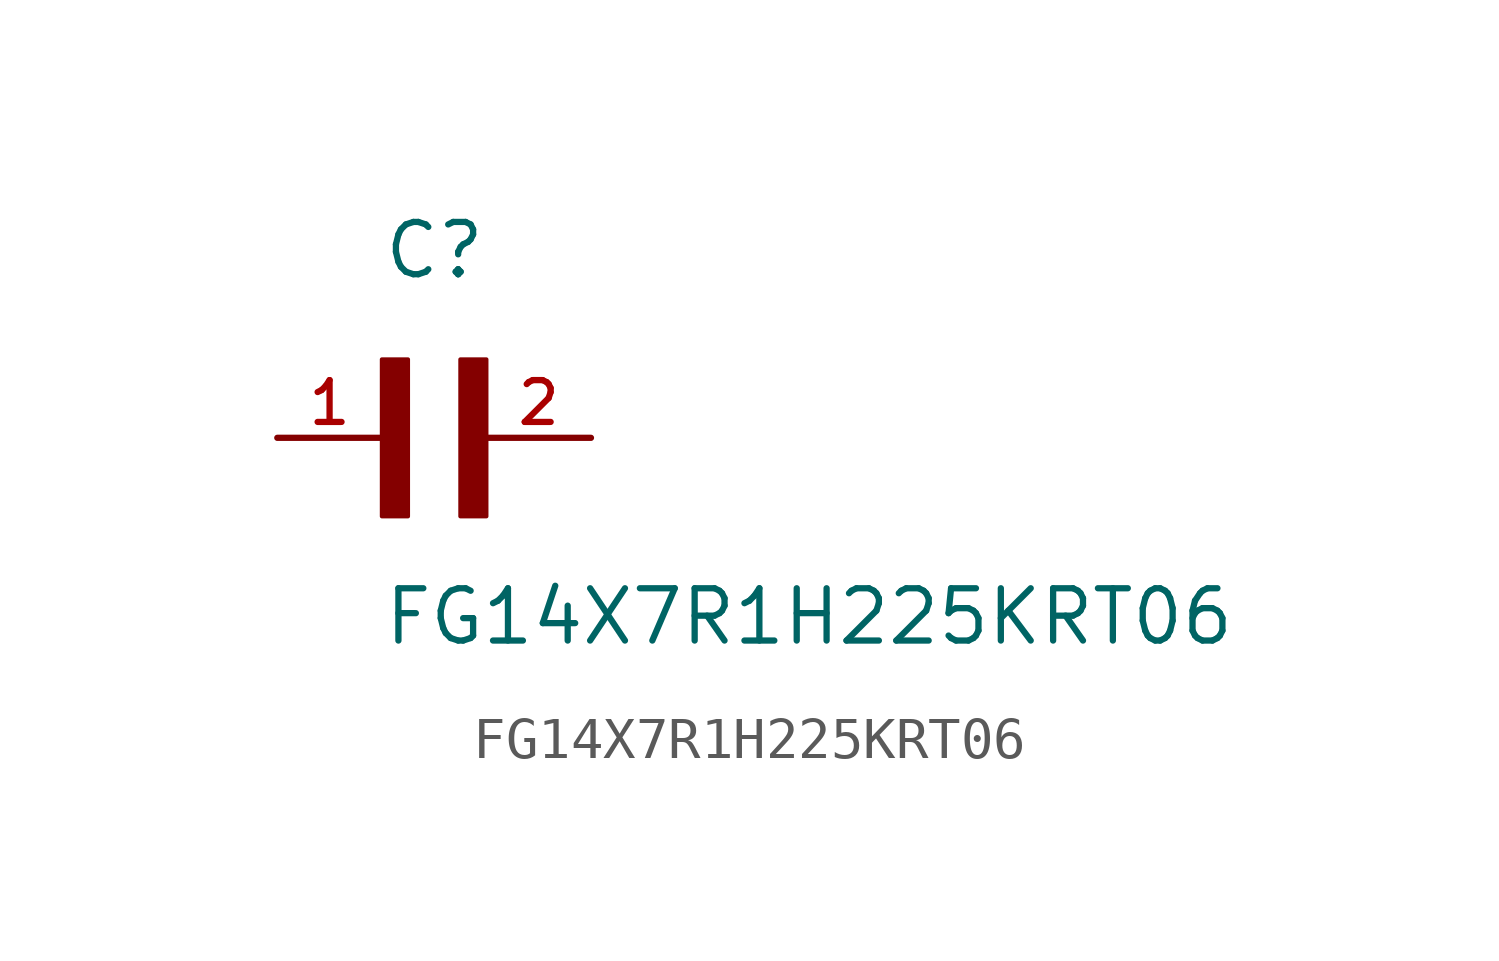
<source format=kicad_sym>
(kicad_symbol_lib
  (version 20211014)
  (generator kicad_symbol_editor)
  (symbol "FG14X7R1H225KRT06"
    (pin_names
      (offset 1.016))
    (property "Reference" "C"
      (at 0.0 3.811 0)
      (effects (font (size 1.27 1.27)) (justify bottom left)))
    (property "Value" "FG14X7R1H225KRT06"
      (at 0.0 -5.088 0)
      (effects (font (size 1.27 1.27)) (justify bottom left)))
    (symbol "FG14X7R1H225KRT06_0_0"
      (rectangle (start 0.0 -1.907) (end 0.635 1.905) (stroke (width 0.1)) (fill (type outline)))
      (rectangle (start 1.907 -1.907) (end 2.54 1.905) (stroke (width 0.1)) (fill (type outline)))
      (pin passive line (at -2.54 0.0 0) (length 2.54) (name "~" (effects (font (size 1.016 1.016)))) (number "1" (effects (font (size 1.016 1.016)))))
      (pin passive line (at 5.08 0.0 180.0) (length 2.54) (name "~" (effects (font (size 1.016 1.016)))) (number "2" (effects (font (size 1.016 1.016))))))))
</source>
